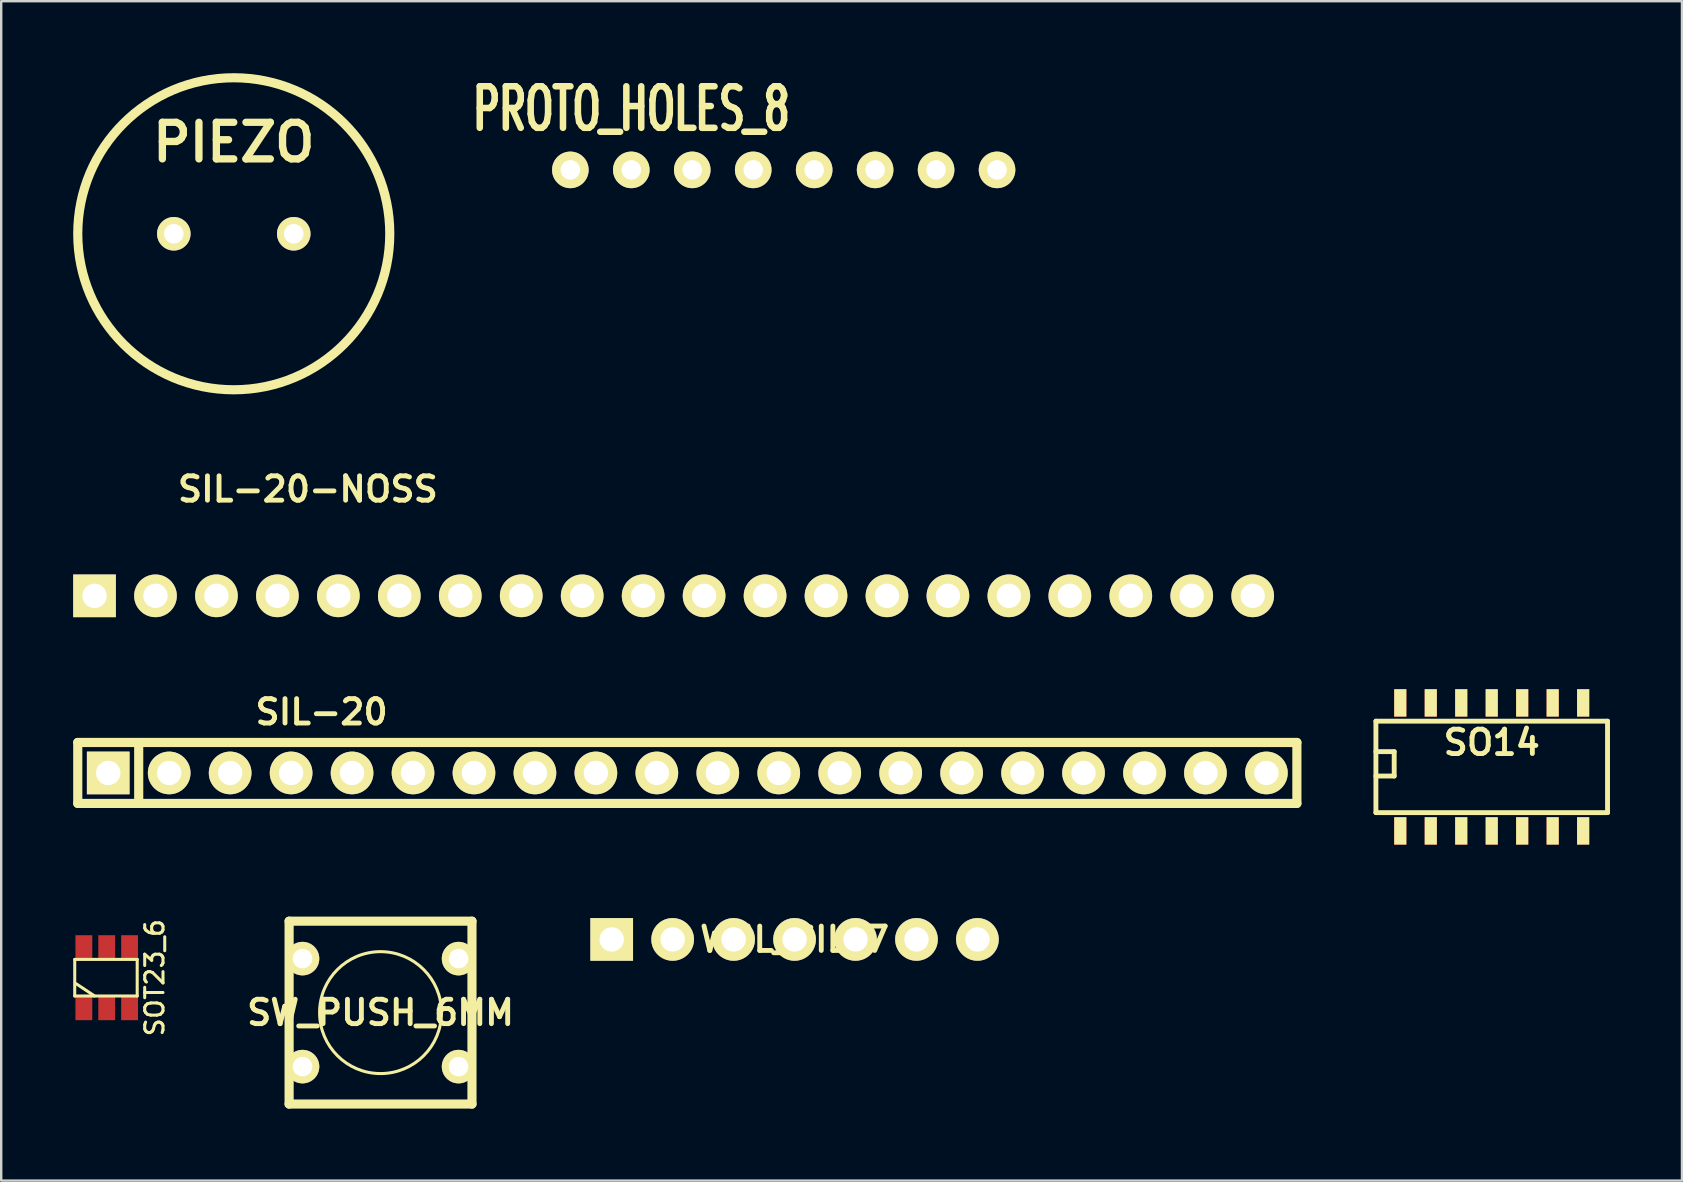
<source format=kicad_pcb>
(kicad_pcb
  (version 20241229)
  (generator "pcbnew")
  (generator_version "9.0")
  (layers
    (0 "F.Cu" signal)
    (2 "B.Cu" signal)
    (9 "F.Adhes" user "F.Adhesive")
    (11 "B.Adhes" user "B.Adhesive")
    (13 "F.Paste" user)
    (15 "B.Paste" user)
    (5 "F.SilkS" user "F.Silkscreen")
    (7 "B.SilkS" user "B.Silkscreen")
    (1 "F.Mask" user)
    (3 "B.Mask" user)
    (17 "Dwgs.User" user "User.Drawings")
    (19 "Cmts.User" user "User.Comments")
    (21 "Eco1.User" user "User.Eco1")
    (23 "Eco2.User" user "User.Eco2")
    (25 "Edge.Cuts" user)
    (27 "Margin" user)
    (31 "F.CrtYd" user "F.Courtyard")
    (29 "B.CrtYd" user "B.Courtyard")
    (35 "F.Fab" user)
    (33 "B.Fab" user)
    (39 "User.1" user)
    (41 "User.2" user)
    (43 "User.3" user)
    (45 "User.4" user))
  (footprint "PROTO_HOLES_8"
    (layer "F.Cu")
    (at 29.606 4.029)
    (property "Reference" "PROTO_HOLES_8" (at -6.35 -2.54 0) (layer "F.SilkS") (effects (font (size 1.73 1.087) (thickness 0.272))))
    (attr through_hole)
    (pad "1" thru_hole circle (at -8.89 0) (size 1.524 1.524) (drill 0.813) (layers "*.Cu" "*.Mask" "F.SilkS"))
    (pad "2" thru_hole circle (at -6.35 0) (size 1.524 1.524) (drill 0.813) (layers "*.Cu" "*.Mask" "F.SilkS"))
    (pad "3" thru_hole circle (at -3.81 0) (size 1.524 1.524) (drill 0.813) (layers "*.Cu" "*.Mask" "F.SilkS"))
    (pad "4" thru_hole circle (at -1.27 0) (size 1.524 1.524) (drill 0.813) (layers "*.Cu" "*.Mask" "F.SilkS"))
    (pad "5" thru_hole circle (at 1.27 0) (size 1.524 1.524) (drill 0.813) (layers "*.Cu" "*.Mask" "F.SilkS"))
    (pad "6" thru_hole circle (at 3.81 0) (size 1.524 1.524) (drill 0.813) (layers "*.Cu" "*.Mask" "F.SilkS"))
    (pad "7" thru_hole circle (at 6.35 0) (size 1.524 1.524) (drill 0.813) (layers "*.Cu" "*.Mask" "F.SilkS"))
    (pad "8" thru_hole circle (at 8.89 0) (size 1.524 1.524) (drill 0.813) (layers "*.Cu" "*.Mask" "F.SilkS")))
  (footprint "PIEZO"
    (layer "F.Cu")
    (at 6.691 6.691)
    (property "Reference" "PIEZO" (at 0 -3.81 0) (layer "F.SilkS") (effects (font (size 1.524 1.524) (thickness 0.305))))
    (attr through_hole)
    (fp_circle (center 0 0) (end 6.5 -0.099) (stroke (width 0.381) (type solid)) (fill no) (layer "F.SilkS"))
    (pad "1" thru_hole circle (at -2.499 0) (size 1.397 1.397) (drill 0.813) (layers "*.Cu" "*.Mask" "F.SilkS"))
    (pad "2" thru_hole circle (at 2.499 0) (size 1.397 1.397) (drill 0.813) (layers "*.Cu" "*.Mask" "F.SilkS")))
  (footprint "SW_PUSH_6MM"
    (layer "F.Cu")
    (at 12.807 39.145)
    (property "Reference" "SW_PUSH_6MM" (at 0 0 0) (layer "F.SilkS") (effects (font (size 1.016 1.016) (thickness 0.203))))
    (attr through_hole)
    (fp_line (start -3.81 -3.81) (end 3.81 -3.81) (stroke (width 0.381) (type solid)) (layer "F.SilkS"))
    (fp_line (start -3.81 0) (end -3.81 -3.81) (stroke (width 0.381) (type solid)) (layer "F.SilkS"))
    (fp_line (start -3.81 3.81) (end -3.81 0) (stroke (width 0.381) (type solid)) (layer "F.SilkS"))
    (fp_line (start 3.81 -3.81) (end 3.81 3.81) (stroke (width 0.381) (type solid)) (layer "F.SilkS"))
    (fp_line (start 3.81 3.81) (end -3.81 3.81) (stroke (width 0.381) (type solid)) (layer "F.SilkS"))
    (fp_circle (center 0 0) (end 0 -2.54) (stroke (width 0.127) (type solid)) (fill no) (layer "F.SilkS"))
    (pad "1" thru_hole circle (at -3.251 -2.25) (size 1.397 1.397) (drill 0.813) (layers "*.Cu" "*.Mask" "F.SilkS"))
    (pad "1" thru_hole circle (at 3.251 -2.25) (size 1.397 1.397) (drill 0.813) (layers "*.Cu" "*.Mask" "F.SilkS"))
    (pad "2" thru_hole circle (at -3.251 2.25) (size 1.397 1.397) (drill 0.813) (layers "*.Cu" "*.Mask" "F.SilkS"))
    (pad "2" thru_hole circle (at 3.251 2.25) (size 1.397 1.397) (drill 0.813) (layers "*.Cu" "*.Mask" "F.SilkS")))
  (footprint "SOT23_6"
    (layer "F.Cu")
    (at 1.397 37.69)
    (property "Reference" "SOT23_6" (at 1.999 0 90) (layer "F.SilkS") (effects (font (size 0.762 0.762) (thickness 0.127))))
    (attr through_hole)
    (fp_line (start -1.333 -0.762) (end 1.27 -0.762) (stroke (width 0.127) (type solid)) (layer "F.SilkS"))
    (fp_line (start -1.333 0.762) (end -1.333 -0.762) (stroke (width 0.127) (type solid)) (layer "F.SilkS"))
    (fp_line (start -0.508 0.762) (end -1.27 0.254) (stroke (width 0.127) (type solid)) (layer "F.SilkS"))
    (fp_line (start 1.27 -0.762) (end 1.27 0.762) (stroke (width 0.127) (type solid)) (layer "F.SilkS"))
    (fp_line (start 1.27 0.762) (end -1.333 0.762) (stroke (width 0.127) (type solid)) (layer "F.SilkS"))
    (pad "1" smd rect (at -0.953 1.27) (size 0.701 1.001) (layers "F.Cu" "F.Mask" "F.Paste"))
    (pad "2" smd rect (at 0 1.27) (size 0.701 1.001) (layers "F.Cu" "F.Mask" "F.Paste"))
    (pad "3" smd rect (at 0.953 1.27) (size 0.701 1.001) (layers "F.Cu" "F.Mask" "F.Paste"))
    (pad "4" smd rect (at 0.953 -1.27) (size 0.701 1.001) (layers "F.Cu" "F.Mask" "F.Paste"))
    (pad "5" smd rect (at 0 -1.27) (size 0.701 1.001) (layers "F.Cu" "F.Mask" "F.Paste"))
    (pad "6" smd rect (at -0.953 -1.27) (size 0.701 1.001) (layers "F.Cu" "F.Mask" "F.Paste")))
  (footprint "WNL_SIL_7"
    (layer "F.Cu")
    (at 30.059 36.095)
    (property "Reference" "WNL_SIL_7" (at 0 0 0) (layer "F.SilkS") (effects (font (size 1.016 1.016) (thickness 0.203))))
    (attr through_hole)
    (pad "1" thru_hole rect (at -7.62 0) (size 1.778 1.778) (drill 1.016) (layers "*.Cu" "*.Mask" "F.SilkS"))
    (pad "2" thru_hole circle (at -5.08 0) (size 1.778 1.778) (drill 1.016) (layers "*.Cu" "*.Mask" "F.SilkS"))
    (pad "3" thru_hole circle (at -2.54 0) (size 1.778 1.778) (drill 1.016) (layers "*.Cu" "*.Mask" "F.SilkS"))
    (pad "4" thru_hole circle (at 0 0) (size 1.778 1.778) (drill 1.016) (layers "*.Cu" "*.Mask" "F.SilkS"))
    (pad "5" thru_hole circle (at 2.54 0) (size 1.778 1.778) (drill 1.016) (layers "*.Cu" "*.Mask" "F.SilkS"))
    (pad "6" thru_hole circle (at 5.08 0) (size 1.778 1.778) (drill 1.016) (layers "*.Cu" "*.Mask" "F.SilkS"))
    (pad "7" thru_hole circle (at 7.62 0) (size 1.778 1.778) (drill 1.016) (layers "*.Cu" "*.Mask" "F.SilkS")))
  (footprint "SIL-20-NOSS"
    (layer "F.Cu")
    (at 23.749 21.778)
    (property "Reference" "SIL-20-NOSS" (at -13.97 -4.445 0) (layer "F.SilkS") (effects (font (size 1.016 1.016) (thickness 0.203))))
    (attr through_hole)
    (pad "1" thru_hole rect (at -22.86 0) (size 1.778 1.778) (drill 1.016) (layers "*.Cu" "*.Mask" "F.SilkS"))
    (pad "2" thru_hole circle (at -20.32 0) (size 1.778 1.778) (drill 1.016) (layers "*.Cu" "*.Mask" "F.SilkS"))
    (pad "3" thru_hole circle (at -17.78 0) (size 1.778 1.778) (drill 1.016) (layers "*.Cu" "*.Mask" "F.SilkS"))
    (pad "4" thru_hole circle (at -15.24 0) (size 1.778 1.778) (drill 1.016) (layers "*.Cu" "*.Mask" "F.SilkS"))
    (pad "5" thru_hole circle (at -12.7 0) (size 1.778 1.778) (drill 1.016) (layers "*.Cu" "*.Mask" "F.SilkS"))
    (pad "6" thru_hole circle (at -10.16 0) (size 1.778 1.778) (drill 1.016) (layers "*.Cu" "*.Mask" "F.SilkS"))
    (pad "7" thru_hole circle (at -7.62 0) (size 1.778 1.778) (drill 1.016) (layers "*.Cu" "*.Mask" "F.SilkS"))
    (pad "8" thru_hole circle (at -5.08 0) (size 1.778 1.778) (drill 1.016) (layers "*.Cu" "*.Mask" "F.SilkS"))
    (pad "9" thru_hole circle (at -2.54 0) (size 1.778 1.778) (drill 1.016) (layers "*.Cu" "*.Mask" "F.SilkS"))
    (pad "10" thru_hole circle (at 0 0) (size 1.778 1.778) (drill 1.016) (layers "*.Cu" "*.Mask" "F.SilkS"))
    (pad "11" thru_hole circle (at 2.54 0) (size 1.778 1.778) (drill 1.016) (layers "*.Cu" "*.Mask" "F.SilkS"))
    (pad "12" thru_hole circle (at 5.08 0) (size 1.778 1.778) (drill 1.016) (layers "*.Cu" "*.Mask" "F.SilkS"))
    (pad "13" thru_hole circle (at 7.62 0) (size 1.778 1.778) (drill 1.016) (layers "*.Cu" "*.Mask" "F.SilkS"))
    (pad "14" thru_hole circle (at 10.16 0) (size 1.778 1.778) (drill 1.016) (layers "*.Cu" "*.Mask" "F.SilkS"))
    (pad "15" thru_hole circle (at 12.7 0) (size 1.778 1.778) (drill 1.016) (layers "*.Cu" "*.Mask" "F.SilkS"))
    (pad "16" thru_hole circle (at 15.24 0) (size 1.778 1.778) (drill 1.016) (layers "*.Cu" "*.Mask" "F.SilkS"))
    (pad "17" thru_hole circle (at 17.78 0) (size 1.778 1.778) (drill 1.016) (layers "*.Cu" "*.Mask" "F.SilkS"))
    (pad "18" thru_hole circle (at 20.32 0) (size 1.778 1.778) (drill 1.016) (layers "*.Cu" "*.Mask" "F.SilkS"))
    (pad "19" thru_hole circle (at 22.86 0) (size 1.778 1.778) (drill 1.016) (layers "*.Cu" "*.Mask" "F.SilkS"))
    (pad "20" thru_hole circle (at 25.4 0) (size 1.778 1.778) (drill 1.016) (layers "*.Cu" "*.Mask" "F.SilkS")))
  (footprint "SO14"
    (layer "F.Cu")
    (at 59.109 28.779)
    (property "Reference" "SO14" (at 0 -0.889 0) (layer "F.SilkS") (effects (font (size 1.016 1.016) (thickness 0.203))))
    (attr smd)
    (fp_line (start -4.826 -1.778) (end 4.826 -1.778) (stroke (width 0.203) (type solid)) (layer "F.SilkS"))
    (fp_line (start -4.826 -0.508) (end -4.064 -0.508) (stroke (width 0.203) (type solid)) (layer "F.SilkS"))
    (fp_line (start -4.826 2.032) (end -4.826 -1.778) (stroke (width 0.203) (type solid)) (layer "F.SilkS"))
    (fp_line (start -4.064 -0.508) (end -4.064 0.508) (stroke (width 0.203) (type solid)) (layer "F.SilkS"))
    (fp_line (start -4.064 0.508) (end -4.826 0.508) (stroke (width 0.203) (type solid)) (layer "F.SilkS"))
    (fp_line (start 4.826 -1.778) (end 4.826 2.032) (stroke (width 0.203) (type solid)) (layer "F.SilkS"))
    (fp_line (start 4.826 2.032) (end -4.826 2.032) (stroke (width 0.203) (type solid)) (layer "F.SilkS"))
    (pad "1" smd rect (at -3.81 2.794) (size 0.508 1.143) (layers "F.Cu" "F.Mask" "F.SilkS" "F.Paste"))
    (pad "2" smd rect (at -2.54 2.794) (size 0.508 1.143) (layers "F.Cu" "F.Mask" "F.SilkS" "F.Paste"))
    (pad "3" smd rect (at -1.27 2.794) (size 0.508 1.143) (layers "F.Cu" "F.Mask" "F.SilkS" "F.Paste"))
    (pad "4" smd rect (at 0 2.794) (size 0.508 1.143) (layers "F.Cu" "F.Mask" "F.SilkS" "F.Paste"))
    (pad "5" smd rect (at 1.27 2.794) (size 0.508 1.143) (layers "F.Cu" "F.Mask" "F.SilkS" "F.Paste"))
    (pad "6" smd rect (at 2.54 2.794) (size 0.508 1.143) (layers "F.Cu" "F.Mask" "F.SilkS" "F.Paste"))
    (pad "7" smd rect (at 3.81 2.794) (size 0.508 1.143) (layers "F.Cu" "F.Mask" "F.SilkS" "F.Paste"))
    (pad "8" smd rect (at 3.81 -2.54) (size 0.508 1.143) (layers "F.Cu" "F.Mask" "F.SilkS" "F.Paste"))
    (pad "9" smd rect (at 2.54 -2.54) (size 0.508 1.143) (layers "F.Cu" "F.Mask" "F.SilkS" "F.Paste"))
    (pad "10" smd rect (at 1.27 -2.54) (size 0.508 1.143) (layers "F.Cu" "F.Mask" "F.SilkS" "F.Paste"))
    (pad "11" smd rect (at 0 -2.54) (size 0.508 1.143) (layers "F.Cu" "F.Mask" "F.SilkS" "F.Paste"))
    (pad "12" smd rect (at -1.27 -2.54) (size 0.508 1.143) (layers "F.Cu" "F.Mask" "F.SilkS" "F.Paste"))
    (pad "13" smd rect (at -2.54 -2.54) (size 0.508 1.143) (layers "F.Cu" "F.Mask" "F.SilkS" "F.Paste"))
    (pad "14" smd rect (at -3.81 -2.54) (size 0.508 1.143) (layers "F.Cu" "F.Mask" "F.SilkS" "F.Paste")))
  (footprint "SIL-20"
    (layer "F.Cu")
    (at 24.32 29.158)
    (property "Reference" "SIL-20" (at -13.97 -2.54 0) (layer "F.SilkS") (effects (font (size 1.016 1.016) (thickness 0.203))))
    (attr through_hole)
    (fp_line (start -24.13 1.27) (end -24.13 -1.27) (stroke (width 0.381) (type solid)) (layer "F.SilkS"))
    (fp_line (start -24.13 1.27) (end 26.67 1.27) (stroke (width 0.381) (type solid)) (layer "F.SilkS"))
    (fp_line (start -21.59 -1.27) (end -21.59 1.27) (stroke (width 0.381) (type solid)) (layer "F.SilkS"))
    (fp_line (start 26.67 -1.27) (end -24.13 -1.27) (stroke (width 0.381) (type solid)) (layer "F.SilkS"))
    (fp_line (start 26.67 -1.27) (end 26.67 1.27) (stroke (width 0.381) (type solid)) (layer "F.SilkS"))
    (pad "1" thru_hole rect (at -22.86 0) (size 1.778 1.778) (drill 1.016) (layers "*.Cu" "*.Mask" "F.SilkS"))
    (pad "2" thru_hole circle (at -20.32 0) (size 1.778 1.778) (drill 1.016) (layers "*.Cu" "*.Mask" "F.SilkS"))
    (pad "3" thru_hole circle (at -17.78 0) (size 1.778 1.778) (drill 1.016) (layers "*.Cu" "*.Mask" "F.SilkS"))
    (pad "4" thru_hole circle (at -15.24 0) (size 1.778 1.778) (drill 1.016) (layers "*.Cu" "*.Mask" "F.SilkS"))
    (pad "5" thru_hole circle (at -12.7 0) (size 1.778 1.778) (drill 1.016) (layers "*.Cu" "*.Mask" "F.SilkS"))
    (pad "6" thru_hole circle (at -10.16 0) (size 1.778 1.778) (drill 1.016) (layers "*.Cu" "*.Mask" "F.SilkS"))
    (pad "7" thru_hole circle (at -7.62 0) (size 1.778 1.778) (drill 1.016) (layers "*.Cu" "*.Mask" "F.SilkS"))
    (pad "8" thru_hole circle (at -5.08 0) (size 1.778 1.778) (drill 1.016) (layers "*.Cu" "*.Mask" "F.SilkS"))
    (pad "9" thru_hole circle (at -2.54 0) (size 1.778 1.778) (drill 1.016) (layers "*.Cu" "*.Mask" "F.SilkS"))
    (pad "10" thru_hole circle (at 0 0) (size 1.778 1.778) (drill 1.016) (layers "*.Cu" "*.Mask" "F.SilkS"))
    (pad "11" thru_hole circle (at 2.54 0) (size 1.778 1.778) (drill 1.016) (layers "*.Cu" "*.Mask" "F.SilkS"))
    (pad "12" thru_hole circle (at 5.08 0) (size 1.778 1.778) (drill 1.016) (layers "*.Cu" "*.Mask" "F.SilkS"))
    (pad "13" thru_hole circle (at 7.62 0) (size 1.778 1.778) (drill 1.016) (layers "*.Cu" "*.Mask" "F.SilkS"))
    (pad "14" thru_hole circle (at 10.16 0) (size 1.778 1.778) (drill 1.016) (layers "*.Cu" "*.Mask" "F.SilkS"))
    (pad "15" thru_hole circle (at 12.7 0) (size 1.778 1.778) (drill 1.016) (layers "*.Cu" "*.Mask" "F.SilkS"))
    (pad "16" thru_hole circle (at 15.24 0) (size 1.778 1.778) (drill 1.016) (layers "*.Cu" "*.Mask" "F.SilkS"))
    (pad "17" thru_hole circle (at 17.78 0) (size 1.778 1.778) (drill 1.016) (layers "*.Cu" "*.Mask" "F.SilkS"))
    (pad "18" thru_hole circle (at 20.32 0) (size 1.778 1.778) (drill 1.016) (layers "*.Cu" "*.Mask" "F.SilkS"))
    (pad "19" thru_hole circle (at 22.86 0) (size 1.778 1.778) (drill 1.016) (layers "*.Cu" "*.Mask" "F.SilkS"))
    (pad "20" thru_hole circle (at 25.4 0) (size 1.778 1.778) (drill 1.016) (layers "*.Cu" "*.Mask" "F.SilkS")))
  (gr_rect
    (start -3 -3)
    (end 67.036 46.145)
    (stroke (width 0.1) (type default))
    (fill no)
    (layer "Edge.Cuts")))
</source>
